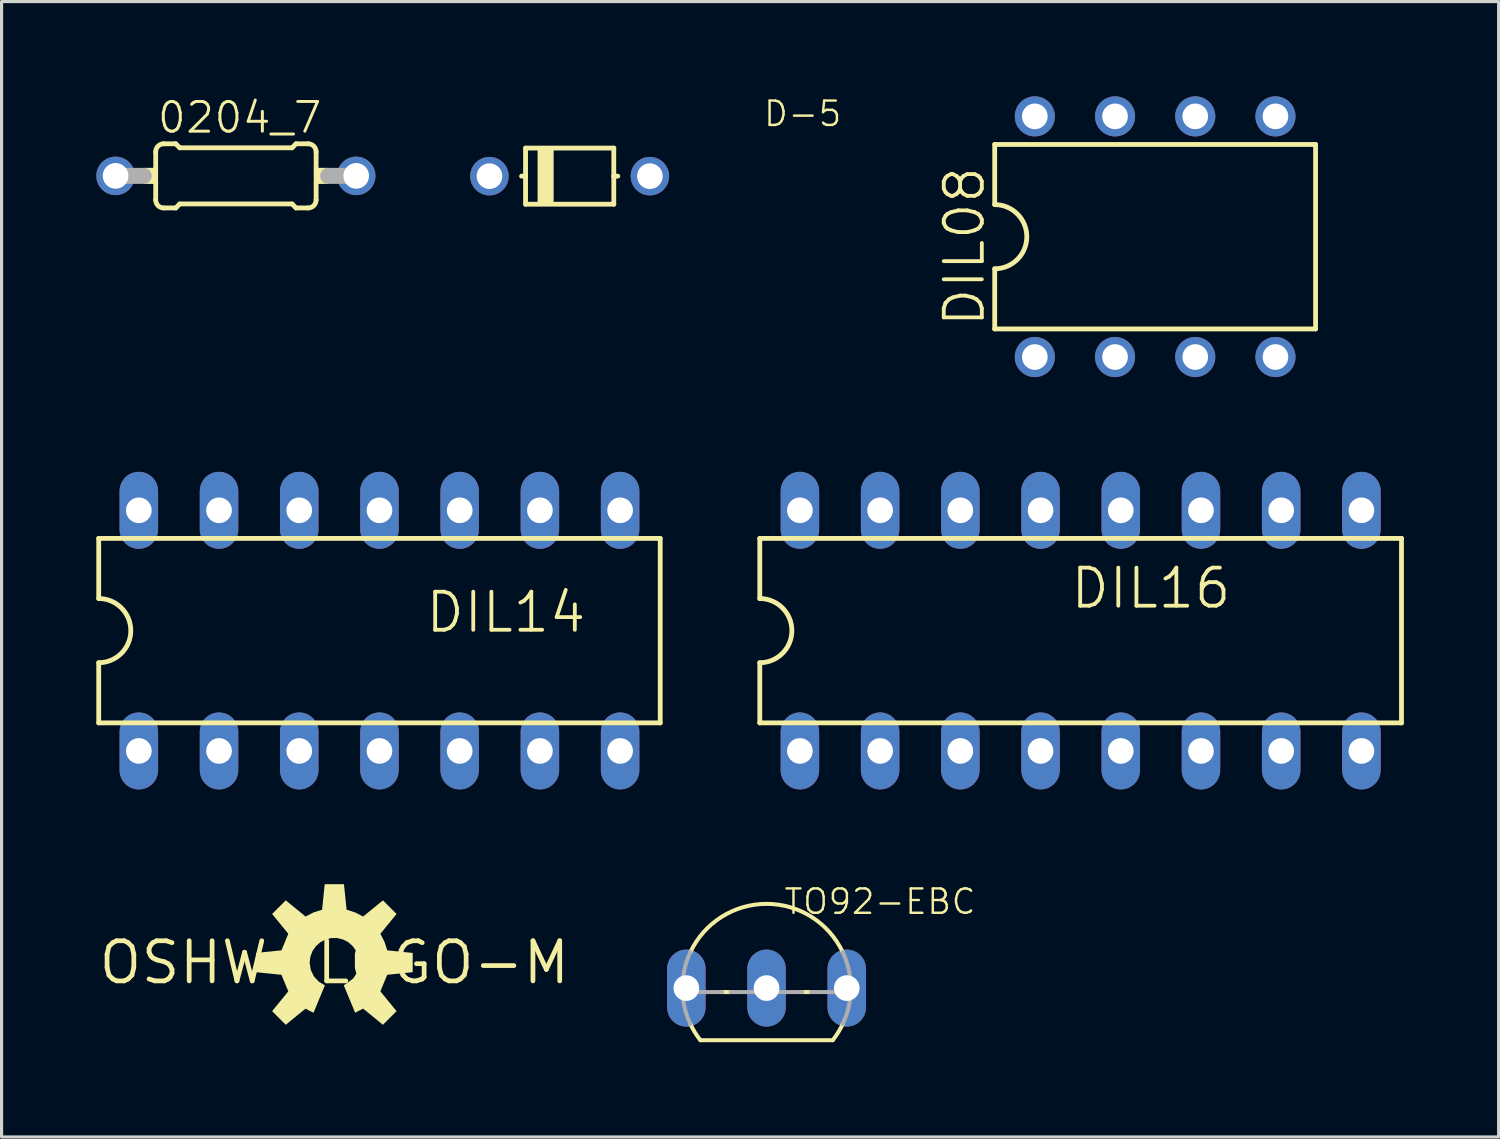
<source format=kicad_pcb>
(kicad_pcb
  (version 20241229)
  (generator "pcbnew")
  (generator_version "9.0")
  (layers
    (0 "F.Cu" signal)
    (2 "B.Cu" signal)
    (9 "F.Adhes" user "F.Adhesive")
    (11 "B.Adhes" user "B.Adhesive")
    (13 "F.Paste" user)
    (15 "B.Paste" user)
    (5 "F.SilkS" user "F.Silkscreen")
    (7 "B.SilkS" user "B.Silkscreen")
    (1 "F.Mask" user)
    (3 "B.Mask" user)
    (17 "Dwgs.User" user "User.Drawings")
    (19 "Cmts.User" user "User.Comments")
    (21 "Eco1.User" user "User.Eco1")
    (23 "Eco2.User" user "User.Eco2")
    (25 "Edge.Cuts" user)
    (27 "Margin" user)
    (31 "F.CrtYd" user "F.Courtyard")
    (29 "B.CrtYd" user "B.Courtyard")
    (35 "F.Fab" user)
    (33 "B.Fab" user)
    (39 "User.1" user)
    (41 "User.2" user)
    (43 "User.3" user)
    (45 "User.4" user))
  (footprint "OSHW-LOGO-M"
    (layer "F.Cu")
    (at 7.537 27.43)
    (property "Reference" "OSHW-LOGO-M" (at 0 0 0) (layer "F.SilkS") (effects (font (size 1.27 1.27) (thickness 0.15))))
    (attr through_hole)
    (fp_poly (pts (xy 0.658 1.588) (xy 0.911 1.458) (xy 1.539 1.97) (xy 1.97 1.539) (xy 1.458 0.911) (xy 1.675 0.387) (xy 2.481 0.305) (xy 2.481 -0.305) (xy 1.675 -0.387) (xy 1.588 -0.658) (xy 1.458 -0.911) (xy 1.97 -1.539) (xy 1.539 -1.97) (xy 0.911 -1.458) (xy 0.658 -1.588) (xy 0.387 -1.675) (xy 0.305 -2.481) (xy -0.305 -2.481) (xy -0.387 -1.675) (xy -0.658 -1.588) (xy -0.911 -1.458) (xy -1.539 -1.97) (xy -1.97 -1.539) (xy -1.458 -0.911) (xy -1.675 -0.387) (xy -2.481 -0.305) (xy -2.481 0.305) (xy -1.675 0.387) (xy -1.458 0.911) (xy -1.97 1.539) (xy -1.539 1.97) (xy -0.911 1.458) (xy -0.787 1.528) (xy -0.658 1.588) (xy -0.299 0.722) (xy -0.496 0.604) (xy -0.65 0.434) (xy -0.748 0.227) (xy -0.781 0) (xy -0.759 -0.186) (xy -0.693 -0.361) (xy -0.587 -0.515) (xy -0.448 -0.64) (xy -0.283 -0.728) (xy -0.102 -0.775) (xy 0.085 -0.777) (xy 0.267 -0.734) (xy 0.434 -0.65) (xy 0.576 -0.528) (xy 0.685 -0.376) (xy 0.755 -0.202) (xy 0.781 -0.017) (xy 0.763 0.169) (xy 0.701 0.346) (xy 0.599 0.502) (xy 0.299 0.722)) (stroke (width 0) (type solid)) (fill yes) (layer "F.SilkS")))
  (footprint "DIL08"
    (layer "F.Cu")
    (at 33.528 4.445)
    (property "Reference" "DIL08" (at -5.334 2.921 270) (layer "F.SilkS") (effects (font (size 1.206 1.206) (thickness 0.121)) (justify left bottom)))
    (attr through_hole)
    (fp_line (start -5.08 -2.921) (end -5.08 -1.016) (stroke (width 0.152) (type solid)) (layer "F.SilkS"))
    (fp_line (start -5.08 2.921) (end -5.08 1.016) (stroke (width 0.152) (type solid)) (layer "F.SilkS"))
    (fp_line (start -5.08 2.921) (end 5.08 2.921) (stroke (width 0.152) (type solid)) (layer "F.SilkS"))
    (fp_line (start 5.08 -2.921) (end -5.08 -2.921) (stroke (width 0.152) (type solid)) (layer "F.SilkS"))
    (fp_line (start 5.08 -2.921) (end 5.08 2.921) (stroke (width 0.152) (type solid)) (layer "F.SilkS"))
    (fp_arc (start -5.08 -1.016) (mid -4.064 0) (end -5.08 1.016) (stroke (width 0.1524) (type solid)) (layer "F.SilkS"))
    (pad "1" thru_hole circle (at -3.81 3.81 90) (size 1.27 1.27) (drill 0.813) (layers "*.Cu" "*.Mask"))
    (pad "2" thru_hole circle (at -1.27 3.81 90) (size 1.27 1.27) (drill 0.813) (layers "*.Cu" "*.Mask"))
    (pad "3" thru_hole circle (at 1.27 3.81 90) (size 1.27 1.27) (drill 0.813) (layers "*.Cu" "*.Mask"))
    (pad "4" thru_hole circle (at 3.81 3.81 90) (size 1.27 1.27) (drill 0.813) (layers "*.Cu" "*.Mask"))
    (pad "5" thru_hole circle (at 3.81 -3.81 90) (size 1.27 1.27) (drill 0.813) (layers "*.Cu" "*.Mask"))
    (pad "6" thru_hole circle (at 1.27 -3.81 90) (size 1.27 1.27) (drill 0.813) (layers "*.Cu" "*.Mask"))
    (pad "7" thru_hole circle (at -1.27 -3.81 90) (size 1.27 1.27) (drill 0.813) (layers "*.Cu" "*.Mask"))
    (pad "8" thru_hole circle (at -3.81 -3.81 90) (size 1.27 1.27) (drill 0.813) (layers "*.Cu" "*.Mask")))
  (footprint "DIL14"
    (layer "F.Cu")
    (at 8.966 16.919)
    (property "Reference" "DIL14" (at 1.397 0.127 0) (layer "F.SilkS") (effects (font (size 1.206 1.206) (thickness 0.121)) (justify left bottom)))
    (attr through_hole)
    (fp_line (start -8.89 -2.921) (end -8.89 -1.016) (stroke (width 0.152) (type solid)) (layer "F.SilkS"))
    (fp_line (start -8.89 2.921) (end -8.89 1.016) (stroke (width 0.152) (type solid)) (layer "F.SilkS"))
    (fp_line (start -8.89 2.921) (end 8.89 2.921) (stroke (width 0.152) (type solid)) (layer "F.SilkS"))
    (fp_line (start 8.89 -2.921) (end -8.89 -2.921) (stroke (width 0.152) (type solid)) (layer "F.SilkS"))
    (fp_line (start 8.89 -2.921) (end 8.89 2.921) (stroke (width 0.152) (type solid)) (layer "F.SilkS"))
    (fp_arc (start -8.89 -1.016) (mid -7.874 0) (end -8.89 1.016) (stroke (width 0.1524) (type solid)) (layer "F.SilkS"))
    (pad "1" thru_hole oval (at -7.62 3.81 90) (size 2.438 1.219) (drill 0.813) (layers "*.Cu" "*.Mask"))
    (pad "2" thru_hole oval (at -5.08 3.81 90) (size 2.438 1.219) (drill 0.813) (layers "*.Cu" "*.Mask"))
    (pad "3" thru_hole oval (at -2.54 3.81 90) (size 2.438 1.219) (drill 0.813) (layers "*.Cu" "*.Mask"))
    (pad "4" thru_hole oval (at 0 3.81 90) (size 2.438 1.219) (drill 0.813) (layers "*.Cu" "*.Mask"))
    (pad "5" thru_hole oval (at 2.54 3.81 90) (size 2.438 1.219) (drill 0.813) (layers "*.Cu" "*.Mask"))
    (pad "6" thru_hole oval (at 5.08 3.81 90) (size 2.438 1.219) (drill 0.813) (layers "*.Cu" "*.Mask"))
    (pad "7" thru_hole oval (at 7.62 3.81 90) (size 2.438 1.219) (drill 0.813) (layers "*.Cu" "*.Mask"))
    (pad "8" thru_hole oval (at 7.62 -3.81 90) (size 2.438 1.219) (drill 0.813) (layers "*.Cu" "*.Mask"))
    (pad "9" thru_hole oval (at 5.08 -3.81 90) (size 2.438 1.219) (drill 0.813) (layers "*.Cu" "*.Mask"))
    (pad "10" thru_hole oval (at 2.54 -3.81 90) (size 2.438 1.219) (drill 0.813) (layers "*.Cu" "*.Mask"))
    (pad "11" thru_hole oval (at 0 -3.81 90) (size 2.438 1.219) (drill 0.813) (layers "*.Cu" "*.Mask"))
    (pad "12" thru_hole oval (at -2.54 -3.81 90) (size 2.438 1.219) (drill 0.813) (layers "*.Cu" "*.Mask"))
    (pad "13" thru_hole oval (at -5.08 -3.81 90) (size 2.438 1.219) (drill 0.813) (layers "*.Cu" "*.Mask"))
    (pad "14" thru_hole oval (at -7.62 -3.81 90) (size 2.438 1.219) (drill 0.813) (layers "*.Cu" "*.Mask")))
  (footprint "TO92-EBC"
    (layer "F.Cu")
    (at 21.223 26.968)
    (property "Reference" "TO92-EBC" (at 0.508 -1.016 0) (layer "F.SilkS") (effects (font (size 0.772 0.772) (thickness 0.077)) (justify left bottom)))
    (attr through_hole)
    (fp_line (start -2.095 2.921) (end 2.095 2.921) (stroke (width 0.127) (type solid)) (layer "F.SilkS"))
    (fp_line (start -1.136 1.397) (end -1.404 1.397) (stroke (width 0.127) (type solid)) (layer "F.SilkS"))
    (fp_line (start 1.404 1.397) (end 1.136 1.397) (stroke (width 0.127) (type solid)) (layer "F.SilkS"))
    (fp_arc (start -2.413 0.1341) (mid 0 -1.39699) (end 2.413 0.1341) (stroke (width 0.127) (type solid)) (layer "F.SilkS"))
    (fp_arc (start -2.095 2.921) (mid -2.268918 2.67252) (end -2.4135 2.4059) (stroke (width 0.127) (type solid)) (layer "F.SilkS"))
    (fp_arc (start 2.4247 2.3818) (mid 2.275878 2.661201) (end 2.095 2.921) (stroke (width 0.127) (type solid)) (layer "F.SilkS"))
    (fp_line (start -1.404 1.397) (end -2.664 1.397) (stroke (width 0.127) (type solid)) (layer "F.Fab"))
    (fp_line (start 1.136 1.397) (end -1.136 1.397) (stroke (width 0.127) (type solid)) (layer "F.Fab"))
    (fp_line (start 2.664 1.397) (end 1.404 1.397) (stroke (width 0.127) (type solid)) (layer "F.Fab"))
    (fp_arc (start -2.664 1.397) (mid -2.615858 0.750175) (end -2.413 0.1341) (stroke (width 0.127) (type solid)) (layer "F.Fab"))
    (fp_arc (start -2.413 2.4059) (mid -2.588137 1.913799) (end -2.664 1.397) (stroke (width 0.127) (type solid)) (layer "F.Fab"))
    (fp_arc (start 2.413 0.1341) (mid 2.615858 0.750175) (end 2.664 1.397) (stroke (width 0.127) (type solid)) (layer "F.Fab"))
    (fp_arc (start 2.664 1.397) (mid 2.588137 1.913799) (end 2.413 2.4059) (stroke (width 0.127) (type solid)) (layer "F.Fab"))
    (pad "B" thru_hole oval (at 0 1.27 90) (size 2.438 1.219) (drill 0.813) (layers "*.Cu" "*.Mask"))
    (pad "C" thru_hole oval (at 2.54 1.27 90) (size 2.438 1.219) (drill 0.813) (layers "*.Cu" "*.Mask"))
    (pad "E" thru_hole oval (at -2.54 1.27 90) (size 2.438 1.219) (drill 0.813) (layers "*.Cu" "*.Mask")))
  (footprint "0204_7"
    (layer "F.Cu")
    (at 4.42 2.519)
    (property "Reference" "0204_7" (at -2.54 -1.295 0) (layer "F.SilkS") (effects (font (size 0.941 0.941) (thickness 0.094)) (justify left bottom)))
    (attr through_hole)
    (fp_line (start -2.54 0.762) (end -2.54 -0.762) (stroke (width 0.152) (type solid)) (layer "F.SilkS"))
    (fp_line (start -2.286 -1.016) (end -1.905 -1.016) (stroke (width 0.152) (type solid)) (layer "F.SilkS"))
    (fp_line (start -2.286 1.016) (end -1.905 1.016) (stroke (width 0.152) (type solid)) (layer "F.SilkS"))
    (fp_line (start -1.778 -0.889) (end -1.905 -1.016) (stroke (width 0.152) (type solid)) (layer "F.SilkS"))
    (fp_line (start -1.778 0.889) (end -1.905 1.016) (stroke (width 0.152) (type solid)) (layer "F.SilkS"))
    (fp_line (start 1.778 -0.889) (end -1.778 -0.889) (stroke (width 0.152) (type solid)) (layer "F.SilkS"))
    (fp_line (start 1.778 -0.889) (end 1.905 -1.016) (stroke (width 0.152) (type solid)) (layer "F.SilkS"))
    (fp_line (start 1.778 0.889) (end -1.778 0.889) (stroke (width 0.152) (type solid)) (layer "F.SilkS"))
    (fp_line (start 1.778 0.889) (end 1.905 1.016) (stroke (width 0.152) (type solid)) (layer "F.SilkS"))
    (fp_line (start 2.286 -1.016) (end 1.905 -1.016) (stroke (width 0.152) (type solid)) (layer "F.SilkS"))
    (fp_line (start 2.286 1.016) (end 1.905 1.016) (stroke (width 0.152) (type solid)) (layer "F.SilkS"))
    (fp_line (start 2.54 0.762) (end 2.54 -0.762) (stroke (width 0.152) (type solid)) (layer "F.SilkS"))
    (fp_arc (start -2.54 -0.762) (mid -2.465605 -0.941605) (end -2.286 -1.016) (stroke (width 0.1524) (type solid)) (layer "F.SilkS"))
    (fp_arc (start -2.286 1.016) (mid -2.465605 0.941605) (end -2.54 0.762) (stroke (width 0.1524) (type solid)) (layer "F.SilkS"))
    (fp_arc (start 2.286 -1.016) (mid 2.465605 -0.941605) (end 2.54 -0.762) (stroke (width 0.1524) (type solid)) (layer "F.SilkS"))
    (fp_arc (start 2.54 0.762) (mid 2.465605 0.941605) (end 2.286 1.016) (stroke (width 0.1524) (type solid)) (layer "F.SilkS"))
    (fp_poly (pts (xy -2.921 0.254) (xy -2.54 0.254) (xy -2.54 -0.254) (xy -2.921 -0.254)) (stroke (width 0) (type solid)) (fill yes) (layer "F.SilkS"))
    (fp_poly (pts (xy 2.54 0.254) (xy 2.921 0.254) (xy 2.921 -0.254) (xy 2.54 -0.254)) (stroke (width 0) (type solid)) (fill yes) (layer "F.SilkS"))
    (fp_line (start -3.81 0) (end -2.921 0) (stroke (width 0.508) (type solid)) (layer "F.Fab"))
    (fp_line (start 3.81 0) (end 2.921 0) (stroke (width 0.508) (type solid)) (layer "F.Fab"))
    (pad "1" thru_hole circle (at -3.81 0) (size 1.219 1.219) (drill 0.813) (layers "*.Cu" "*.Mask"))
    (pad "2" thru_hole circle (at 3.81 0) (size 1.219 1.219) (drill 0.813) (layers "*.Cu" "*.Mask")))
  (footprint "DIL16"
    (layer "F.Cu")
    (at 31.169 16.919)
    (property "Reference" "DIL16" (at -0.381 -0.635 0) (layer "F.SilkS") (effects (font (size 1.206 1.206) (thickness 0.121)) (justify left bottom)))
    (attr through_hole)
    (fp_line (start -10.16 -2.921) (end -10.16 -1.016) (stroke (width 0.152) (type solid)) (layer "F.SilkS"))
    (fp_line (start -10.16 2.921) (end -10.16 1.016) (stroke (width 0.152) (type solid)) (layer "F.SilkS"))
    (fp_line (start -10.16 2.921) (end 10.16 2.921) (stroke (width 0.152) (type solid)) (layer "F.SilkS"))
    (fp_line (start 10.16 -2.921) (end -10.16 -2.921) (stroke (width 0.152) (type solid)) (layer "F.SilkS"))
    (fp_line (start 10.16 -2.921) (end 10.16 2.921) (stroke (width 0.152) (type solid)) (layer "F.SilkS"))
    (fp_arc (start -10.16 -1.016) (mid -9.144 0) (end -10.16 1.016) (stroke (width 0.1524) (type solid)) (layer "F.SilkS"))
    (pad "1" thru_hole oval (at -8.89 3.81 90) (size 2.438 1.219) (drill 0.813) (layers "*.Cu" "*.Mask"))
    (pad "2" thru_hole oval (at -6.35 3.81 90) (size 2.438 1.219) (drill 0.813) (layers "*.Cu" "*.Mask"))
    (pad "3" thru_hole oval (at -3.81 3.81 90) (size 2.438 1.219) (drill 0.813) (layers "*.Cu" "*.Mask"))
    (pad "4" thru_hole oval (at -1.27 3.81 90) (size 2.438 1.219) (drill 0.813) (layers "*.Cu" "*.Mask"))
    (pad "5" thru_hole oval (at 1.27 3.81 90) (size 2.438 1.219) (drill 0.813) (layers "*.Cu" "*.Mask"))
    (pad "6" thru_hole oval (at 3.81 3.81 90) (size 2.438 1.219) (drill 0.813) (layers "*.Cu" "*.Mask"))
    (pad "7" thru_hole oval (at 6.35 3.81 90) (size 2.438 1.219) (drill 0.813) (layers "*.Cu" "*.Mask"))
    (pad "8" thru_hole oval (at 8.89 3.81 90) (size 2.438 1.219) (drill 0.813) (layers "*.Cu" "*.Mask"))
    (pad "9" thru_hole oval (at 8.89 -3.81 90) (size 2.438 1.219) (drill 0.813) (layers "*.Cu" "*.Mask"))
    (pad "10" thru_hole oval (at 6.35 -3.81 90) (size 2.438 1.219) (drill 0.813) (layers "*.Cu" "*.Mask"))
    (pad "11" thru_hole oval (at 3.81 -3.81 90) (size 2.438 1.219) (drill 0.813) (layers "*.Cu" "*.Mask"))
    (pad "12" thru_hole oval (at 1.27 -3.81 90) (size 2.438 1.219) (drill 0.813) (layers "*.Cu" "*.Mask"))
    (pad "13" thru_hole oval (at -1.27 -3.81 90) (size 2.438 1.219) (drill 0.813) (layers "*.Cu" "*.Mask"))
    (pad "14" thru_hole oval (at -3.81 -3.81 90) (size 2.438 1.219) (drill 0.813) (layers "*.Cu" "*.Mask"))
    (pad "15" thru_hole oval (at -6.35 -3.81 90) (size 2.438 1.219) (drill 0.813) (layers "*.Cu" "*.Mask"))
    (pad "16" thru_hole oval (at -8.89 -3.81 90) (size 2.438 1.219) (drill 0.813) (layers "*.Cu" "*.Mask")))
  (footprint "D-5"
    (layer "F.Cu")
    (at 14.989 2.528)
    (property "Reference" "D-5" (at 6.096 -1.524 180) (layer "F.SilkS") (effects (font (size 0.772 0.772) (thickness 0.077)) (justify left bottom)))
    (attr through_hole)
    (fp_line (start -1.397 -0.889) (end -1.397 0) (stroke (width 0.152) (type solid)) (layer "F.SilkS"))
    (fp_line (start -1.397 0) (end -1.524 0) (stroke (width 0.152) (type solid)) (layer "F.SilkS"))
    (fp_line (start -1.397 0) (end -1.397 0.889) (stroke (width 0.152) (type solid)) (layer "F.SilkS"))
    (fp_line (start -1.397 0.889) (end 1.397 0.889) (stroke (width 0.152) (type solid)) (layer "F.SilkS"))
    (fp_line (start 1.397 -0.889) (end -1.397 -0.889) (stroke (width 0.152) (type solid)) (layer "F.SilkS"))
    (fp_line (start 1.397 0) (end 1.397 -0.889) (stroke (width 0.152) (type solid)) (layer "F.SilkS"))
    (fp_line (start 1.397 0.889) (end 1.397 0) (stroke (width 0.152) (type solid)) (layer "F.SilkS"))
    (fp_line (start 1.524 0) (end 1.397 0) (stroke (width 0.152) (type solid)) (layer "F.SilkS"))
    (fp_poly (pts (xy -1.016 0.889) (xy -0.508 0.889) (xy -0.508 -0.889) (xy -1.016 -0.889)) (stroke (width 0) (type solid)) (fill yes) (layer "F.SilkS"))
    (pad "A" thru_hole circle (at 2.54 0) (size 1.219 1.219) (drill 0.813) (layers "*.Cu" "*.Mask"))
    (pad "C" thru_hole circle (at -2.54 0) (size 1.219 1.219) (drill 0.813) (layers "*.Cu" "*.Mask")))
  (gr_rect
    (start -3 -3)
    (end 44.405 32.953)
    (stroke (width 0.1) (type default))
    (fill no)
    (layer "Edge.Cuts")))
</source>
